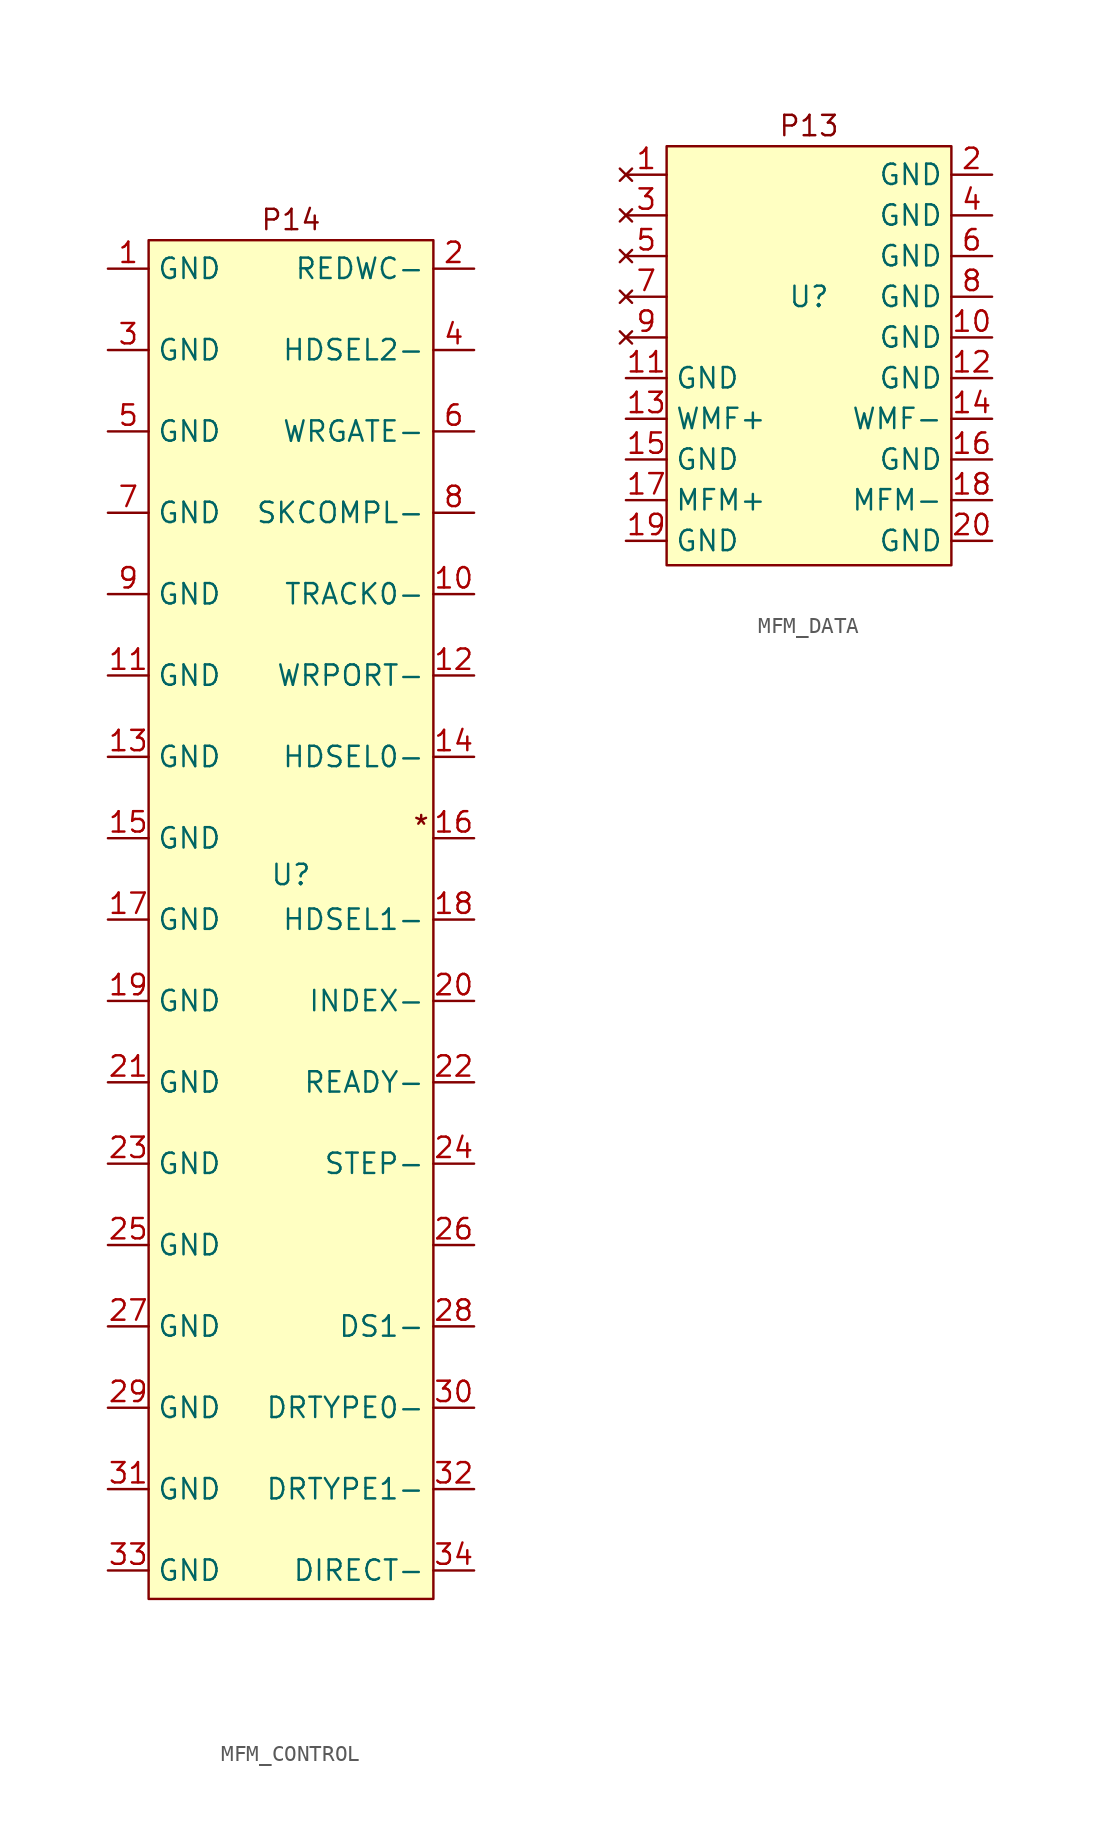
<source format=kicad_sym>
(kicad_symbol_lib
  (version 20241209)
  (generator "kicad_symbol_editor")
  (generator_version "9.0")
  (symbol "MFM_CONTROL"
    (property "Reference" "U"
      (at 0 2.794 0)
      (effects (font (size 1.27 1.27))))
    (property "Value" ""
      (at 0 0 0)
      (effects (font (size 1.27 1.27))))
    (symbol "MFM_CONTROL_1_1"
      (rectangle (start -8.89 42.418) (end 8.89 -42.418) (stroke (width 0) (type solid)) (fill (type background)))
      (text "P14" (at 0 43.688 0) (effects (font (size 1.27 1.27))))
      (text "*" (at 8.128 5.842 0) (effects (font (size 1.27 1.27))))
      (pin power_in line (at -11.43 40.64 0) (length 2.54) (name "GND" (effects (font (size 1.27 1.27)))) (number "1" (effects (font (size 1.27 1.27)))))
      (pin power_in line (at -11.43 35.56 0) (length 2.54) (name "GND" (effects (font (size 1.27 1.27)))) (number "3" (effects (font (size 1.27 1.27)))))
      (pin power_in line (at -11.43 30.48 0) (length 2.54) (name "GND" (effects (font (size 1.27 1.27)))) (number "5" (effects (font (size 1.27 1.27)))))
      (pin power_in line (at -11.43 25.4 0) (length 2.54) (name "GND" (effects (font (size 1.27 1.27)))) (number "7" (effects (font (size 1.27 1.27)))))
      (pin power_in line (at -11.43 20.32 0) (length 2.54) (name "GND" (effects (font (size 1.27 1.27)))) (number "9" (effects (font (size 1.27 1.27)))))
      (pin power_in line (at -11.43 15.24 0) (length 2.54) (name "GND" (effects (font (size 1.27 1.27)))) (number "11" (effects (font (size 1.27 1.27)))))
      (pin power_in line (at -11.43 10.16 0) (length 2.54) (name "GND" (effects (font (size 1.27 1.27)))) (number "13" (effects (font (size 1.27 1.27)))))
      (pin power_in line (at -11.43 5.08 0) (length 2.54) (name "GND" (effects (font (size 1.27 1.27)))) (number "15" (effects (font (size 1.27 1.27)))))
      (pin power_in line (at -11.43 0 0) (length 2.54) (name "GND" (effects (font (size 1.27 1.27)))) (number "17" (effects (font (size 1.27 1.27)))))
      (pin power_in line (at -11.43 -5.08 0) (length 2.54) (name "GND" (effects (font (size 1.27 1.27)))) (number "19" (effects (font (size 1.27 1.27)))))
      (pin power_in line (at -11.43 -10.16 0) (length 2.54) (name "GND" (effects (font (size 1.27 1.27)))) (number "21" (effects (font (size 1.27 1.27)))))
      (pin power_in line (at -11.43 -15.24 0) (length 2.54) (name "GND" (effects (font (size 1.27 1.27)))) (number "23" (effects (font (size 1.27 1.27)))))
      (pin power_in line (at -11.43 -20.32 0) (length 2.54) (name "GND" (effects (font (size 1.27 1.27)))) (number "25" (effects (font (size 1.27 1.27)))))
      (pin power_in line (at -11.43 -25.4 0) (length 2.54) (name "GND" (effects (font (size 1.27 1.27)))) (number "27" (effects (font (size 1.27 1.27)))))
      (pin power_in line (at -11.43 -30.48 0) (length 2.54) (name "GND" (effects (font (size 1.27 1.27)))) (number "29" (effects (font (size 1.27 1.27)))))
      (pin power_in line (at -11.43 -35.56 0) (length 2.54) (name "GND" (effects (font (size 1.27 1.27)))) (number "31" (effects (font (size 1.27 1.27)))))
      (pin power_in line (at -11.43 -40.64 0) (length 2.54) (name "GND" (effects (font (size 1.27 1.27)))) (number "33" (effects (font (size 1.27 1.27)))))
      (pin input line (at 11.43 40.64 180) (length 2.54) (name "REDWC-" (effects (font (size 1.27 1.27)))) (number "2" (effects (font (size 1.27 1.27)))))
      (pin input line (at 11.43 35.56 180) (length 2.54) (name "HDSEL2-" (effects (font (size 1.27 1.27)))) (number "4" (effects (font (size 1.27 1.27)))))
      (pin input line (at 11.43 30.48 180) (length 2.54) (name "WRGATE-" (effects (font (size 1.27 1.27)))) (number "6" (effects (font (size 1.27 1.27)))))
      (pin input line (at 11.43 25.4 180) (length 2.54) (name "SKCOMPL-" (effects (font (size 1.27 1.27)))) (number "8" (effects (font (size 1.27 1.27)))))
      (pin input line (at 11.43 20.32 180) (length 2.54) (name "TRACK0-" (effects (font (size 1.27 1.27)))) (number "10" (effects (font (size 1.27 1.27)))))
      (pin input line (at 11.43 15.24 180) (length 2.54) (name "WRPORT-" (effects (font (size 1.27 1.27)))) (number "12" (effects (font (size 1.27 1.27)))))
      (pin input line (at 11.43 10.16 180) (length 2.54) (name "HDSEL0-" (effects (font (size 1.27 1.27)))) (number "14" (effects (font (size 1.27 1.27)))))
      (pin input line (at 11.43 5.08 180) (length 2.54) (name "" (effects (font (size 1.27 1.27)))) (number "16" (effects (font (size 1.27 1.27)))))
      (pin input line (at 11.43 0 180) (length 2.54) (name "HDSEL1-" (effects (font (size 1.27 1.27)))) (number "18" (effects (font (size 1.27 1.27)))))
      (pin input line (at 11.43 -5.08 180) (length 2.54) (name "INDEX-" (effects (font (size 1.27 1.27)))) (number "20" (effects (font (size 1.27 1.27)))))
      (pin input line (at 11.43 -10.16 180) (length 2.54) (name "READY-" (effects (font (size 1.27 1.27)))) (number "22" (effects (font (size 1.27 1.27)))))
      (pin input line (at 11.43 -15.24 180) (length 2.54) (name "STEP-" (effects (font (size 1.27 1.27)))) (number "24" (effects (font (size 1.27 1.27)))))
      (pin input line (at 11.43 -20.32 180) (length 2.54) (name "" (effects (font (size 1.27 1.27)))) (number "26" (effects (font (size 1.27 1.27)))))
      (pin input line (at 11.43 -25.4 180) (length 2.54) (name "DS1-" (effects (font (size 1.27 1.27)))) (number "28" (effects (font (size 1.27 1.27)))))
      (pin input line (at 11.43 -30.48 180) (length 2.54) (name "DRTYPE0-" (effects (font (size 1.27 1.27)))) (number "30" (effects (font (size 1.27 1.27)))))
      (pin input line (at 11.43 -35.56 180) (length 2.54) (name "DRTYPE1-" (effects (font (size 1.27 1.27)))) (number "32" (effects (font (size 1.27 1.27)))))
      (pin input line (at 11.43 -40.64 180) (length 2.54) (name "DIRECT-" (effects (font (size 1.27 1.27)))) (number "34" (effects (font (size 1.27 1.27)))))))
  (symbol "MFM_DATA"
    (property "Reference" "U"
      (at 0 2.54 0)
      (effects (font (size 1.27 1.27))))
    (property "Value" ""
      (at 0 0 0)
      (effects (font (size 1.27 1.27))))
    (symbol "MFM_DATA_1_1"
      (rectangle (start -8.89 11.938) (end 8.89 -14.224) (stroke (width 0) (type solid)) (fill (type background)))
      (text "P13" (at 0 13.208 0) (effects (font (size 1.27 1.27))))
      (pin no_connect line (at -11.43 10.16 0) (length 2.54) (name "" (effects (font (size 1.27 1.27)))) (number "1" (effects (font (size 1.27 1.27)))))
      (pin no_connect line (at -11.43 7.62 0) (length 2.54) (name "" (effects (font (size 1.27 1.27)))) (number "3" (effects (font (size 1.27 1.27)))))
      (pin no_connect line (at -11.43 5.08 0) (length 2.54) (name "" (effects (font (size 1.27 1.27)))) (number "5" (effects (font (size 1.27 1.27)))))
      (pin no_connect line (at -11.43 2.54 0) (length 2.54) (name "" (effects (font (size 1.27 1.27)))) (number "7" (effects (font (size 1.27 1.27)))))
      (pin no_connect line (at -11.43 0 0) (length 2.54) (name "" (effects (font (size 1.27 1.27)))) (number "9" (effects (font (size 1.27 1.27)))))
      (pin power_in line (at -11.43 -2.54 0) (length 2.54) (name "GND" (effects (font (size 1.27 1.27)))) (number "11" (effects (font (size 1.27 1.27)))))
      (pin input line (at -11.43 -5.08 0) (length 2.54) (name "WMF+" (effects (font (size 1.27 1.27)))) (number "13" (effects (font (size 1.27 1.27)))))
      (pin power_in line (at -11.43 -7.62 0) (length 2.54) (name "GND" (effects (font (size 1.27 1.27)))) (number "15" (effects (font (size 1.27 1.27)))))
      (pin input line (at -11.43 -10.16 0) (length 2.54) (name "MFM+" (effects (font (size 1.27 1.27)))) (number "17" (effects (font (size 1.27 1.27)))))
      (pin power_in line (at -11.43 -12.7 0) (length 2.54) (name "GND" (effects (font (size 1.27 1.27)))) (number "19" (effects (font (size 1.27 1.27)))))
      (pin power_in line (at 11.43 10.16 180) (length 2.54) (name "GND" (effects (font (size 1.27 1.27)))) (number "2" (effects (font (size 1.27 1.27)))))
      (pin power_in line (at 11.43 7.62 180) (length 2.54) (name "GND" (effects (font (size 1.27 1.27)))) (number "4" (effects (font (size 1.27 1.27)))))
      (pin power_in line (at 11.43 5.08 180) (length 2.54) (name "GND" (effects (font (size 1.27 1.27)))) (number "6" (effects (font (size 1.27 1.27)))))
      (pin power_in line (at 11.43 2.54 180) (length 2.54) (name "GND" (effects (font (size 1.27 1.27)))) (number "8" (effects (font (size 1.27 1.27)))))
      (pin power_in line (at 11.43 0 180) (length 2.54) (name "GND" (effects (font (size 1.27 1.27)))) (number "10" (effects (font (size 1.27 1.27)))))
      (pin power_in line (at 11.43 -2.54 180) (length 2.54) (name "GND" (effects (font (size 1.27 1.27)))) (number "12" (effects (font (size 1.27 1.27)))))
      (pin input line (at 11.43 -5.08 180) (length 2.54) (name "WMF-" (effects (font (size 1.27 1.27)))) (number "14" (effects (font (size 1.27 1.27)))))
      (pin power_in line (at 11.43 -7.62 180) (length 2.54) (name "GND" (effects (font (size 1.27 1.27)))) (number "16" (effects (font (size 1.27 1.27)))))
      (pin input line (at 11.43 -10.16 180) (length 2.54) (name "MFM-" (effects (font (size 1.27 1.27)))) (number "18" (effects (font (size 1.27 1.27)))))
      (pin power_in line (at 11.43 -12.7 180) (length 2.54) (name "GND" (effects (font (size 1.27 1.27)))) (number "20" (effects (font (size 1.27 1.27))))))))
</source>
